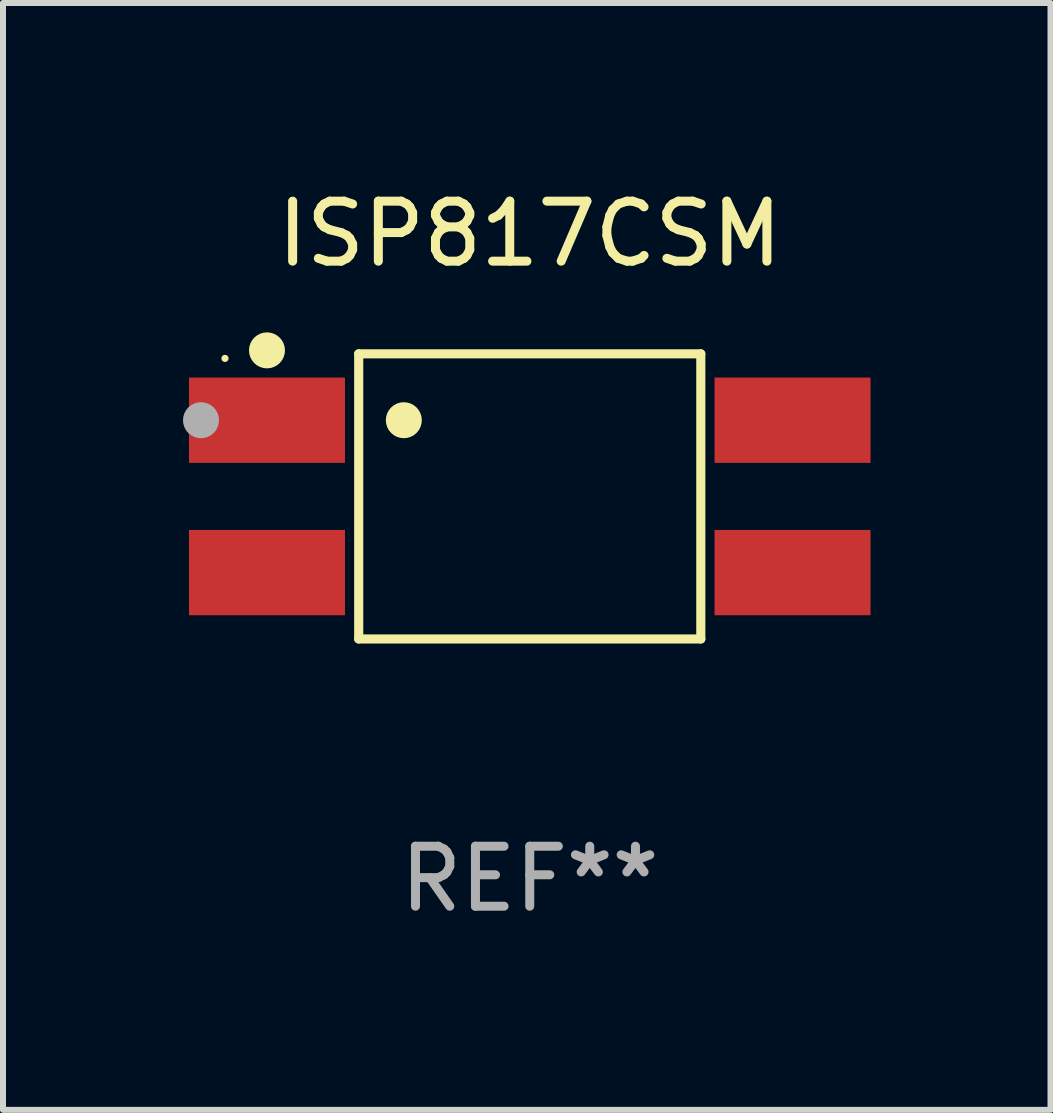
<source format=kicad_pcb>
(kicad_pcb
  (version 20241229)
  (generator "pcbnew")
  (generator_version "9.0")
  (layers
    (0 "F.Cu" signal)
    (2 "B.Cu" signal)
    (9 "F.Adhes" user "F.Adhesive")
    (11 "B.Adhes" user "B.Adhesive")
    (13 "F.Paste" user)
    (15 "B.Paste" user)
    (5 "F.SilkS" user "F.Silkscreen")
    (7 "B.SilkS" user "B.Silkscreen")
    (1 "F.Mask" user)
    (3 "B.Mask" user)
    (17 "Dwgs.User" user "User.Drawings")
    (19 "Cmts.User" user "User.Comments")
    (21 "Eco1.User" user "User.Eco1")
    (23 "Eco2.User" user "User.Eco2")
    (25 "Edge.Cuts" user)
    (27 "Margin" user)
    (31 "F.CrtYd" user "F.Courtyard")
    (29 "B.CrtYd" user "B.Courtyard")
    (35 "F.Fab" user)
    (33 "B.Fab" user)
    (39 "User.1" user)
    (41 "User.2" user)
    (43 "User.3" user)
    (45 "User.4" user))
  (footprint "ISP817CSM"
    (layer "F.Cu")
    (at 5.78 5.224)
    (property "Reference" "ISP817CSM" (at 0 -4.376 0) (layer "F.SilkS") (effects (font (size 1 1) (thickness 0.15))))
    (attr through_hole)
    (fp_line (start -2.851 -2.376) (end 2.851 -2.376) (stroke (width 0.152) (type solid)) (layer "F.SilkS"))
    (fp_line (start -2.851 2.376) (end -2.851 -2.376) (stroke (width 0.152) (type solid)) (layer "F.SilkS"))
    (fp_line (start 2.851 -2.376) (end 2.851 2.376) (stroke (width 0.152) (type solid)) (layer "F.SilkS"))
    (fp_line (start 2.851 2.376) (end -2.851 2.376) (stroke (width 0.152) (type solid)) (layer "F.SilkS"))
    (fp_circle (center -5.08 -2.3) (end -5.05 -2.3) (stroke (width 0.06) (type solid)) (fill no) (layer "F.SilkS"))
    (fp_circle (center -4.38 -2.434) (end -4.23 -2.434) (stroke (width 0.3) (type solid)) (fill no) (layer "F.SilkS"))
    (fp_circle (center -2.099 -1.27) (end -1.949 -1.27) (stroke (width 0.3) (type solid)) (fill no) (layer "F.SilkS"))
    (fp_circle (center -5.48 -1.27) (end -5.33 -1.27) (stroke (width 0.3) (type solid)) (fill no) (layer "F.Fab"))
    (fp_text user "REF**" (at 0 6.376 0) (layer "F.Fab") (effects (font (size 1 1) (thickness 0.15))))
    (pad "1" smd rect (at -4.38 -1.27) (size 2.6 1.422) (layers "F.Cu" "F.Mask" "F.Paste"))
    (pad "2" smd rect (at -4.38 1.27) (size 2.6 1.422) (layers "F.Cu" "F.Mask" "F.Paste"))
    (pad "3" smd rect (at 4.38 1.27) (size 2.6 1.422) (layers "F.Cu" "F.Mask" "F.Paste"))
    (pad "4" smd rect (at 4.38 -1.27) (size 2.6 1.422) (layers "F.Cu" "F.Mask" "F.Paste")))
  (gr_rect
    (start -3 -3)
    (end 14.46 15.449)
    (stroke (width 0.1) (type default))
    (fill no)
    (layer "Edge.Cuts")))
</source>
